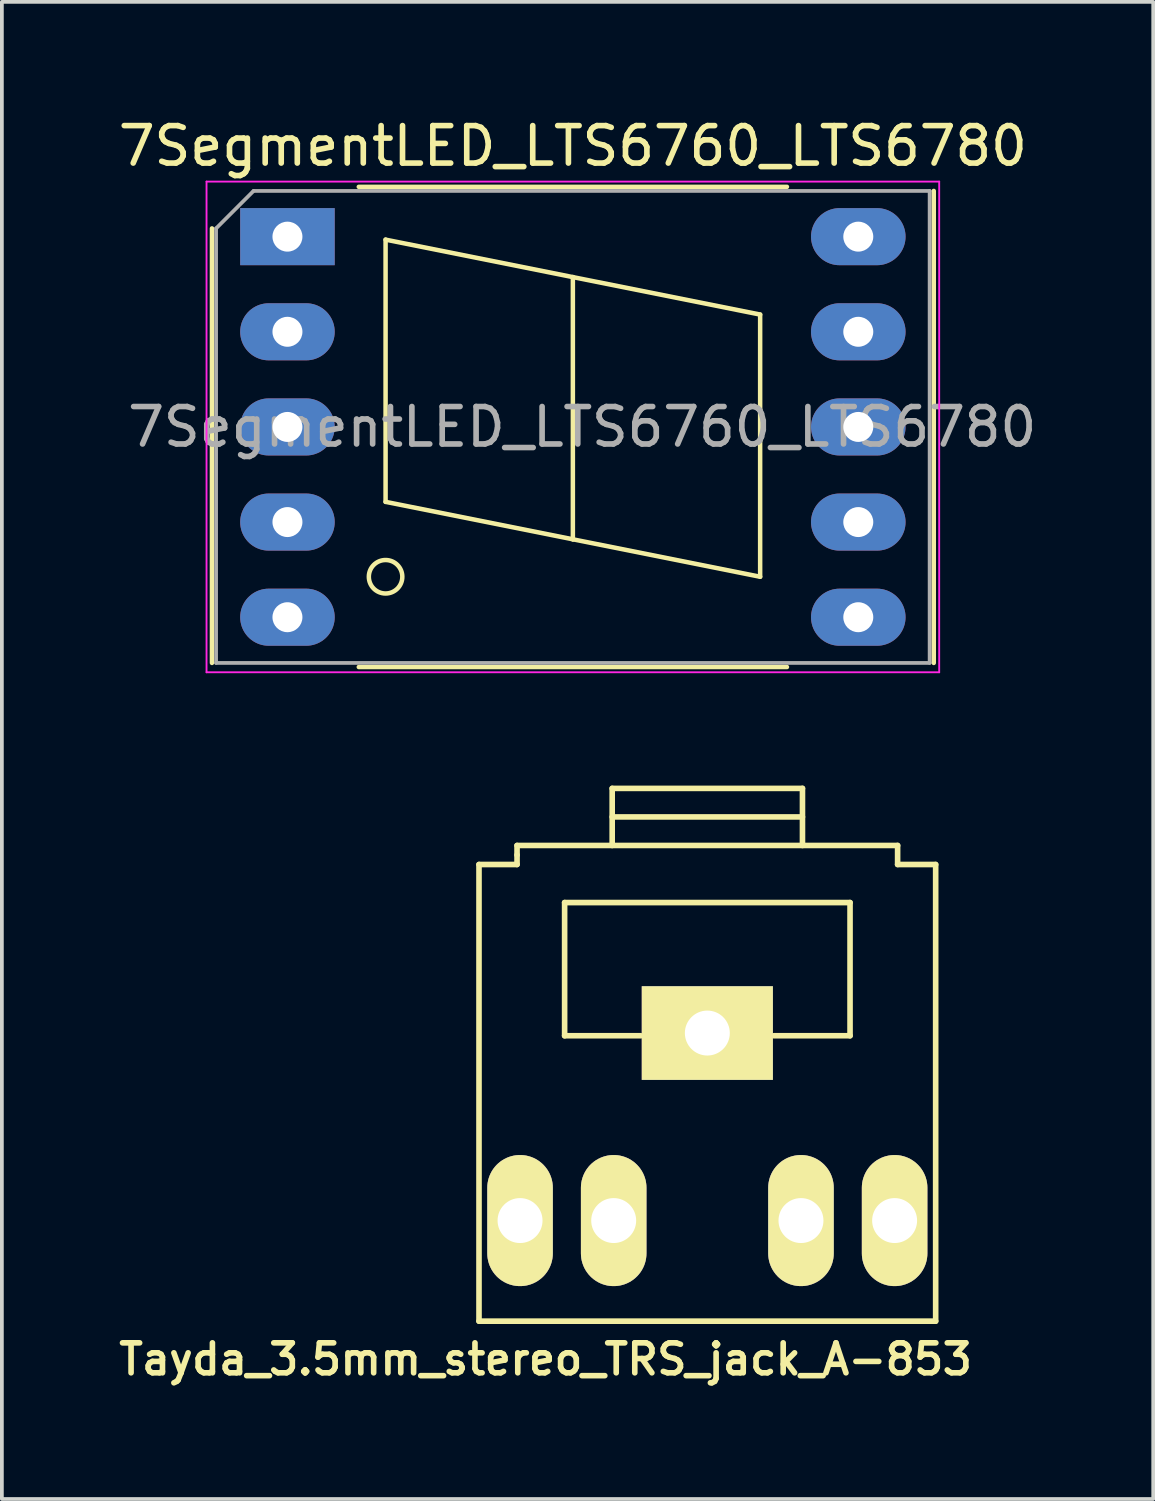
<source format=kicad_pcb>
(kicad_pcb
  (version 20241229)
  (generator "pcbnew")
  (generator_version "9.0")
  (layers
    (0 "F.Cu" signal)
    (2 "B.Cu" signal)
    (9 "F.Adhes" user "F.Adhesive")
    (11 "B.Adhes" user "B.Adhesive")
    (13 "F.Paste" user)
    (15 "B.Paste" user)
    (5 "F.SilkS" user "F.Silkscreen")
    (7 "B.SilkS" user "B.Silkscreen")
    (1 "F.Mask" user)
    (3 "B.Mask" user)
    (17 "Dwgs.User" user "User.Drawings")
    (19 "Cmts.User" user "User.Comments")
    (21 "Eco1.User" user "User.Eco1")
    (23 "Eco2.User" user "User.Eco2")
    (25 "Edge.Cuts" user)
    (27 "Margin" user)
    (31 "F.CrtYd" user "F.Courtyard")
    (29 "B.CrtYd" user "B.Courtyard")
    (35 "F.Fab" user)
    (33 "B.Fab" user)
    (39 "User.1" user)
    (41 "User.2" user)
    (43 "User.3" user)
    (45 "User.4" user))
  (footprint "Tayda_3.5mm_stereo_TRS_jack_A-853"
    (layer "F.Cu")
    (at 15.834 26.126)
    (property "Reference" "Tayda_3.5mm_stereo_TRS_jack_A-853" (at -4.318 7.112 0) (layer "F.SilkS") (effects (font (size 0.8 0.8) (thickness 0.15))))
    (attr through_hole)
    (fp_line (start -6.096 6.096) (end -6.096 -6.096) (stroke (width 0.15) (type solid)) (layer "F.SilkS"))
    (fp_line (start -5.08 -6.604) (end 5.08 -6.604) (stroke (width 0.15) (type solid)) (layer "F.SilkS"))
    (fp_line (start -5.08 -6.35) (end -5.08 -6.604) (stroke (width 0.15) (type solid)) (layer "F.SilkS"))
    (fp_line (start -5.08 -6.096) (end -6.096 -6.096) (stroke (width 0.15) (type solid)) (layer "F.SilkS"))
    (fp_line (start -5.08 -6.096) (end -5.08 -6.35) (stroke (width 0.15) (type solid)) (layer "F.SilkS"))
    (fp_line (start -3.81 -5.08) (end 3.81 -5.08) (stroke (width 0.15) (type solid)) (layer "F.SilkS"))
    (fp_line (start -3.81 -1.524) (end -3.81 -5.08) (stroke (width 0.15) (type solid)) (layer "F.SilkS"))
    (fp_line (start -2.54 -8.128) (end -2.54 -6.604) (stroke (width 0.15) (type solid)) (layer "F.SilkS"))
    (fp_line (start -2.54 -8.128) (end 2.54 -8.128) (stroke (width 0.15) (type solid)) (layer "F.SilkS"))
    (fp_line (start -2.54 -7.366) (end 2.54 -7.366) (stroke (width 0.15) (type solid)) (layer "F.SilkS"))
    (fp_line (start -1.778 -1.524) (end -3.81 -1.524) (stroke (width 0.15) (type solid)) (layer "F.SilkS"))
    (fp_line (start 2.54 -6.604) (end 2.54 -8.128) (stroke (width 0.15) (type solid)) (layer "F.SilkS"))
    (fp_line (start 3.81 -5.08) (end 3.81 -1.524) (stroke (width 0.15) (type solid)) (layer "F.SilkS"))
    (fp_line (start 3.81 -1.524) (end 1.778 -1.524) (stroke (width 0.15) (type solid)) (layer "F.SilkS"))
    (fp_line (start 5.08 -6.604) (end 5.08 -6.096) (stroke (width 0.15) (type solid)) (layer "F.SilkS"))
    (fp_line (start 6.096 -6.096) (end 5.08 -6.096) (stroke (width 0.15) (type solid)) (layer "F.SilkS"))
    (fp_line (start 6.096 -6.096) (end 6.096 6.096) (stroke (width 0.15) (type solid)) (layer "F.SilkS"))
    (fp_line (start 6.096 6.096) (end -6.096 6.096) (stroke (width 0.15) (type solid)) (layer "F.SilkS"))
    (pad "1" thru_hole rect (at 0 -1.596) (size 3.5 2.5) (drill 1.2) (layers "*.Cu" "*.Mask" "F.SilkS"))
    (pad "2" thru_hole oval (at 5 3.41) (size 1.75 3.5) (drill 1.2) (layers "*.Cu" "*.Mask" "F.SilkS"))
    (pad "3" thru_hole oval (at -5 3.41) (size 1.75 3.5) (drill 1.2) (layers "*.Cu" "*.Mask" "F.SilkS"))
    (pad "4" thru_hole oval (at 2.5 3.41) (size 1.75 3.5) (drill 1.2) (layers "*.Cu" "*.Mask" "F.SilkS"))
    (pad "5" thru_hole oval (at -2.5 3.41) (size 1.75 3.5) (drill 1.2) (layers "*.Cu" "*.Mask" "F.SilkS")))
  (footprint "7SegmentLED_LTS6760_LTS6780"
    (layer "F.Cu")
    (at 4.624 3.268)
    (property "Reference" "7SegmentLED_LTS6760_LTS6780" (at 7.62 -2.42 0) (layer "F.SilkS") (effects (font (size 1 1) (thickness 0.15))))
    (attr through_hole)
    (fp_line (start -2.015 -0.22) (end -2.015 11.38) (stroke (width 0.12) (type solid)) (layer "F.SilkS"))
    (fp_line (start 1.905 -1.33) (end 13.335 -1.33) (stroke (width 0.12) (type solid)) (layer "F.SilkS"))
    (fp_line (start 1.905 11.49) (end 13.335 11.49) (stroke (width 0.12) (type solid)) (layer "F.SilkS"))
    (fp_line (start 2.62 0.08) (end 2.62 7.08) (stroke (width 0.12) (type solid)) (layer "F.SilkS"))
    (fp_line (start 2.62 7.08) (end 7.62 8.08) (stroke (width 0.12) (type solid)) (layer "F.SilkS"))
    (fp_line (start 7.62 1.08) (end 2.62 0.08) (stroke (width 0.12) (type solid)) (layer "F.SilkS"))
    (fp_line (start 7.62 8.08) (end 7.62 1.08) (stroke (width 0.12) (type solid)) (layer "F.SilkS"))
    (fp_line (start 12.62 2.08) (end 7.62 1.08) (stroke (width 0.12) (type solid)) (layer "F.SilkS"))
    (fp_line (start 12.62 2.08) (end 12.62 9.08) (stroke (width 0.12) (type solid)) (layer "F.SilkS"))
    (fp_line (start 12.62 9.08) (end 7.62 8.08) (stroke (width 0.12) (type solid)) (layer "F.SilkS"))
    (fp_line (start 17.255 11.38) (end 17.255 -1.22) (stroke (width 0.12) (type solid)) (layer "F.SilkS"))
    (fp_circle (center 2.62 9.08) (end 3.067 9.08) (stroke (width 0.12) (type solid)) (fill no) (layer "F.SilkS"))
    (fp_line (start -2.16 -1.47) (end -2.16 11.63) (stroke (width 0.05) (type solid)) (layer "F.CrtYd"))
    (fp_line (start -2.16 -1.47) (end 17.4 -1.47) (stroke (width 0.05) (type solid)) (layer "F.CrtYd"))
    (fp_line (start -2.16 11.63) (end 17.4 11.63) (stroke (width 0.05) (type solid)) (layer "F.CrtYd"))
    (fp_line (start 17.4 -1.47) (end 17.4 11.63) (stroke (width 0.05) (type solid)) (layer "F.CrtYd"))
    (fp_line (start -1.905 -0.22) (end -1.905 11.38) (stroke (width 0.1) (type solid)) (layer "F.Fab"))
    (fp_line (start -1.905 11.38) (end 17.145 11.38) (stroke (width 0.1) (type solid)) (layer "F.Fab"))
    (fp_line (start -0.905 -1.22) (end -1.905 -0.22) (stroke (width 0.1) (type solid)) (layer "F.Fab"))
    (fp_line (start -0.905 -1.22) (end 17.145 -1.22) (stroke (width 0.1) (type solid)) (layer "F.Fab"))
    (fp_line (start 17.145 11.38) (end 17.145 -1.22) (stroke (width 0.1) (type solid)) (layer "F.Fab"))
    (fp_text user "${REFERENCE}" (at 7.87 5.08 0) (layer "F.Fab") (effects (font (size 1 1) (thickness 0.15))))
    (pad "1" thru_hole rect (at 0 0 270) (size 1.524 2.524) (drill 0.8) (layers "*.Cu" "*.Mask"))
    (pad "2" thru_hole oval (at 0 2.54 270) (size 1.524 2.524) (drill 0.8) (layers "*.Cu" "*.Mask"))
    (pad "3" thru_hole oval (at 0 5.08 270) (size 1.524 2.524) (drill 0.8) (layers "*.Cu" "*.Mask"))
    (pad "4" thru_hole oval (at 0 7.62 270) (size 1.524 2.524) (drill 0.8) (layers "*.Cu" "*.Mask"))
    (pad "5" thru_hole oval (at 0 10.16 270) (size 1.524 2.524) (drill 0.8) (layers "*.Cu" "*.Mask"))
    (pad "6" thru_hole oval (at 15.24 10.16 270) (size 1.524 2.524) (drill 0.8) (layers "*.Cu" "*.Mask"))
    (pad "7" thru_hole oval (at 15.24 7.62 270) (size 1.524 2.524) (drill 0.8) (layers "*.Cu" "*.Mask"))
    (pad "8" thru_hole oval (at 15.24 5.08 270) (size 1.524 2.524) (drill 0.8) (layers "*.Cu" "*.Mask"))
    (pad "9" thru_hole oval (at 15.24 2.54 270) (size 1.524 2.524) (drill 0.8) (layers "*.Cu" "*.Mask"))
    (pad "10" thru_hole oval (at 15.24 0 270) (size 1.524 2.524) (drill 0.8) (layers "*.Cu" "*.Mask")))
  (gr_rect
    (start -3 -3)
    (end 27.738 36.969)
    (stroke (width 0.1) (type default))
    (fill no)
    (layer "Edge.Cuts")))
</source>
